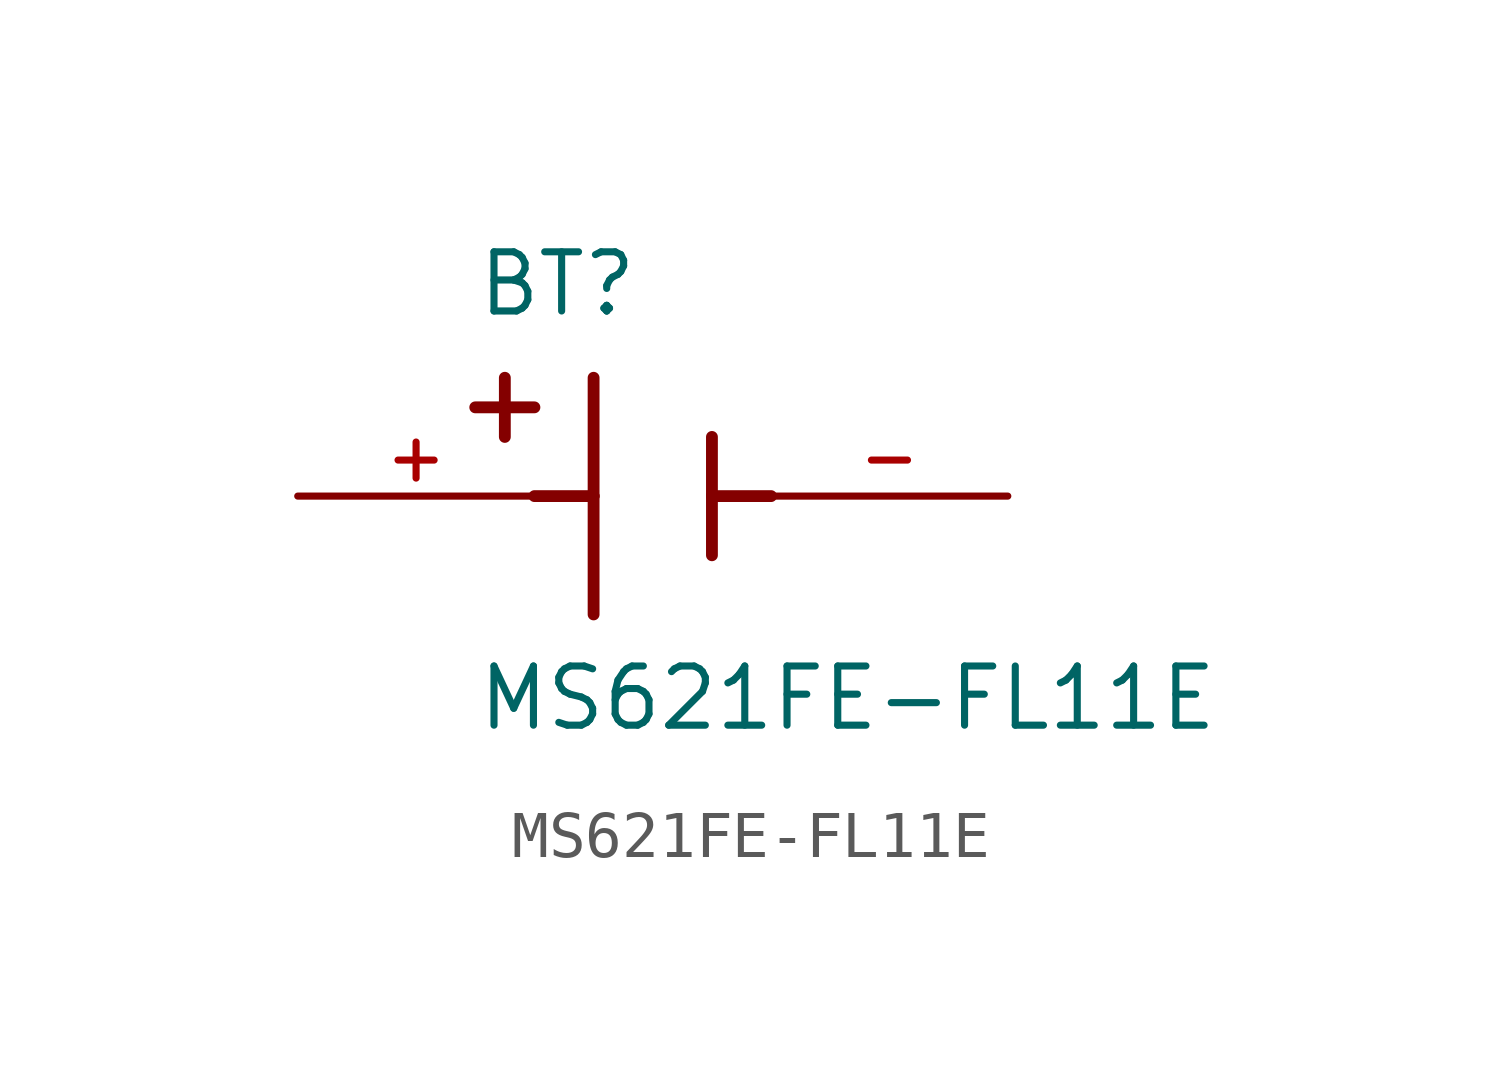
<source format=kicad_sym>
(kicad_symbol_lib
  (version 20211014)
  (generator kicad_symbol_editor)
  (symbol "MS621FE-FL11E"
    (pin_names
      (offset 1.016))
    (property "Reference" "BT"
      (at -3.81 3.81 0)
      (effects (font (size 1.27 1.27)) (justify bottom left)))
    (property "Value" "MS621FE-FL11E"
      (at -3.81 -5.08 0)
      (effects (font (size 1.27 1.27)) (justify bottom left)))
    (symbol "MS621FE-FL11E_0_0"
      (polyline (pts (xy -1.27 2.54) (xy -1.27 0.0)) (stroke (width 0.254)))
      (polyline (pts (xy -1.27 0.0) (xy -1.27 -2.54)) (stroke (width 0.254)))
      (polyline (pts (xy 1.27 1.27) (xy 1.27 0.0)) (stroke (width 0.254)))
      (polyline (pts (xy 1.27 0.0) (xy 1.27 -1.27)) (stroke (width 0.254)))
      (polyline (pts (xy -1.27 0.0) (xy -2.54 0.0)) (stroke (width 0.254)))
      (polyline (pts (xy 1.27 0.0) (xy 2.54 0.0)) (stroke (width 0.254)))
      (polyline (pts (xy -3.175 2.54) (xy -3.175 1.27)) (stroke (width 0.254)))
      (polyline (pts (xy -3.81 1.905) (xy -2.54 1.905)) (stroke (width 0.254)))
      (pin passive line (at -7.62 0.0 0) (length 5.08) (name "~" (effects (font (size 1.016 1.016)))) (number "+" (effects (font (size 1.016 1.016)))))
      (pin passive line (at 7.62 0.0 180.0) (length 5.08) (name "~" (effects (font (size 1.016 1.016)))) (number "-" (effects (font (size 1.016 1.016))))))))
</source>
